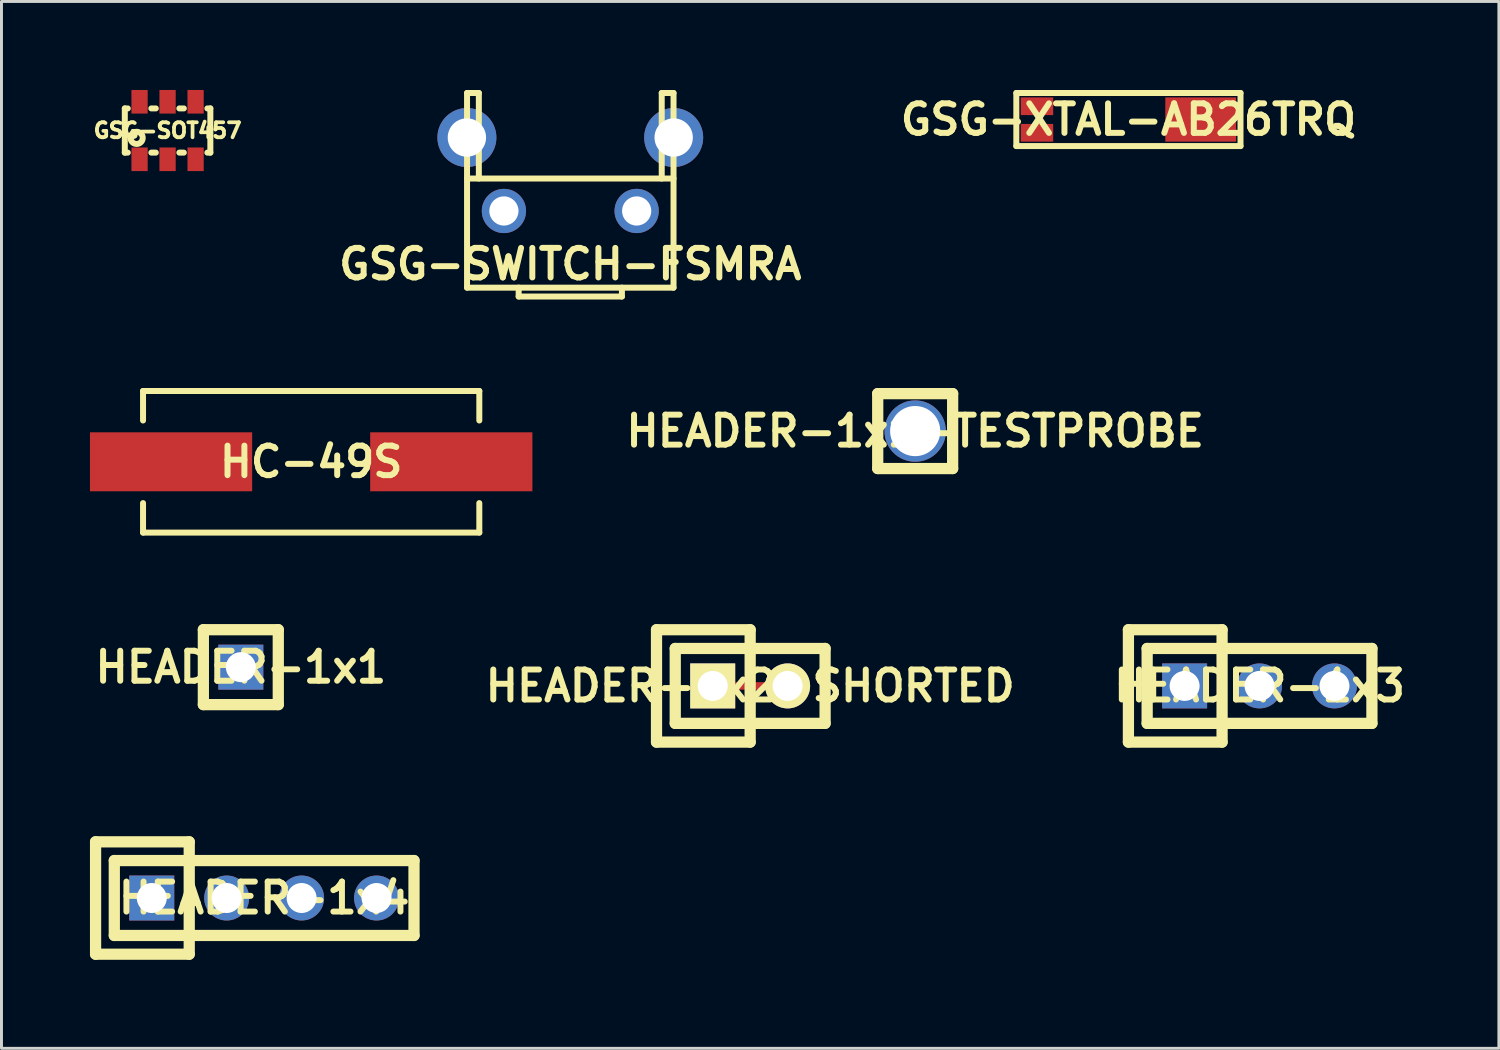
<source format=kicad_pcb>
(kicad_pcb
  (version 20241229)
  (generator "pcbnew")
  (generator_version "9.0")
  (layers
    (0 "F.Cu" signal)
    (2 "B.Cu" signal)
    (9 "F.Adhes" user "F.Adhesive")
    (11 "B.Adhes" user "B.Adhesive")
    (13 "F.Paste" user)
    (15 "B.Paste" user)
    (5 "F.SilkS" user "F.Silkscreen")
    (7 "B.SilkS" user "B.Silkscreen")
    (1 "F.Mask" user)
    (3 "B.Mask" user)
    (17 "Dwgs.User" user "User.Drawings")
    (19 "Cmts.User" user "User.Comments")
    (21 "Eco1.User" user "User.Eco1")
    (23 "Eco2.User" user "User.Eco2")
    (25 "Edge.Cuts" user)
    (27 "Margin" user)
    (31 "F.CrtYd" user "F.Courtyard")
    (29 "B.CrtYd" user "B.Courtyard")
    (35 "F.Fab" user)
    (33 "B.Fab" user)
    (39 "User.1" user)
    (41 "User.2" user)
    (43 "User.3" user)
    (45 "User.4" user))
  (footprint "HC-49S"
    (layer "F.Cu")
    (at 7.499 12.605)
    (property "Reference" "HC-49S" (at 0 0 0) (layer "F.SilkS") (effects (font (size 1.001 1.001) (thickness 0.203))))
    (attr through_hole)
    (fp_line (start -5.7 -2.4) (end -5.7 -1.4) (stroke (width 0.203) (type solid)) (layer "F.SilkS"))
    (fp_line (start -5.7 -2.4) (end 5.7 -2.4) (stroke (width 0.203) (type solid)) (layer "F.SilkS"))
    (fp_line (start -5.7 2.4) (end -5.7 1.4) (stroke (width 0.203) (type solid)) (layer "F.SilkS"))
    (fp_line (start -5.7 2.4) (end 5.7 2.4) (stroke (width 0.203) (type solid)) (layer "F.SilkS"))
    (fp_line (start 5.7 -2.4) (end 5.7 -1.4) (stroke (width 0.203) (type solid)) (layer "F.SilkS"))
    (fp_line (start 5.7 2.4) (end 5.7 1.4) (stroke (width 0.203) (type solid)) (layer "F.SilkS"))
    (pad "1" smd rect (at -4.75 0) (size 5.499 1.999) (layers "F.Cu" "F.Mask" "F.Paste"))
    (pad "2" smd rect (at 4.75 0) (size 5.499 1.999) (layers "F.Cu" "F.Mask" "F.Paste")))
  (footprint "HEADER-1x3"
    (layer "F.Cu")
    (at 39.649 20.203)
    (property "Reference" "HEADER-1x3" (at 0 0 0) (layer "F.SilkS") (effects (font (size 1.016 1.016) (thickness 0.203))))
    (attr through_hole)
    (fp_line (start -4.445 -1.905) (end -4.445 1.905) (stroke (width 0.381) (type solid)) (layer "F.SilkS"))
    (fp_line (start -4.445 1.905) (end -1.27 1.905) (stroke (width 0.381) (type solid)) (layer "F.SilkS"))
    (fp_line (start -3.81 -1.27) (end -3.81 1.27) (stroke (width 0.381) (type solid)) (layer "F.SilkS"))
    (fp_line (start -3.81 -1.27) (end 3.81 -1.27) (stroke (width 0.381) (type solid)) (layer "F.SilkS"))
    (fp_line (start -1.27 -1.905) (end -4.445 -1.905) (stroke (width 0.381) (type solid)) (layer "F.SilkS"))
    (fp_line (start -1.27 1.905) (end -1.27 -1.905) (stroke (width 0.381) (type solid)) (layer "F.SilkS"))
    (fp_line (start 3.81 -1.27) (end 3.81 1.27) (stroke (width 0.381) (type solid)) (layer "F.SilkS"))
    (fp_line (start 3.81 1.27) (end -3.81 1.27) (stroke (width 0.381) (type solid)) (layer "F.SilkS"))
    (pad "1" thru_hole rect (at -2.54 0) (size 1.524 1.524) (drill 1.016) (layers "*.Cu" "*.Mask"))
    (pad "2" thru_hole circle (at 0 0) (size 1.524 1.524) (drill 1.016) (layers "*.Cu" "*.Mask"))
    (pad "3" thru_hole circle (at 2.54 0) (size 1.524 1.524) (drill 1.016) (layers "*.Cu" "*.Mask")))
  (footprint "HEADER-1x2-SHORTED"
    (layer "F.Cu")
    (at 22.381 20.203)
    (property "Reference" "HEADER-1x2-SHORTED" (at 0 0 0) (layer "F.SilkS") (effects (font (size 1.016 1.016) (thickness 0.203))))
    (attr through_hole)
    (fp_poly (pts (xy 0.762 0.127) (xy -0.762 0.127) (xy -0.762 -0.127) (xy 0.762 -0.127)) (stroke (width 0) (type solid)) (fill yes) (layer "F.Cu"))
    (fp_line (start -3.175 -1.905) (end -3.175 1.905) (stroke (width 0.381) (type solid)) (layer "F.SilkS"))
    (fp_line (start -3.175 1.905) (end 0 1.905) (stroke (width 0.381) (type solid)) (layer "F.SilkS"))
    (fp_line (start -2.54 -1.27) (end -2.54 1.27) (stroke (width 0.381) (type solid)) (layer "F.SilkS"))
    (fp_line (start -2.54 -1.27) (end 2.54 -1.27) (stroke (width 0.381) (type solid)) (layer "F.SilkS"))
    (fp_line (start 0 -1.905) (end -3.175 -1.905) (stroke (width 0.381) (type solid)) (layer "F.SilkS"))
    (fp_line (start 0 1.905) (end 0 -1.905) (stroke (width 0.381) (type solid)) (layer "F.SilkS"))
    (fp_line (start 2.54 -1.27) (end 2.54 1.27) (stroke (width 0.381) (type solid)) (layer "F.SilkS"))
    (fp_line (start 2.54 1.27) (end -2.54 1.27) (stroke (width 0.381) (type solid)) (layer "F.SilkS"))
    (pad "1" thru_hole rect (at -1.27 0) (size 1.524 1.524) (drill 1.016) (layers "*.Cu" "*.Mask" "F.SilkS"))
    (pad "2" thru_hole circle (at 1.27 0) (size 1.524 1.524) (drill 1.016) (layers "*.Cu" "*.Mask" "F.SilkS")))
  (footprint "GSG-SWITCH-FSMRA"
    (layer "F.Cu")
    (at 16.283 4.102)
    (property "Reference" "GSG-SWITCH-FSMRA" (at 0 1.8 0) (layer "F.SilkS") (effects (font (size 1.001 1.001) (thickness 0.203))))
    (attr through_hole)
    (fp_line (start -3.5 -4) (end -3.1 -4) (stroke (width 0.203) (type solid)) (layer "F.SilkS"))
    (fp_line (start -3.5 -1.1) (end 3.5 -1.1) (stroke (width 0.203) (type solid)) (layer "F.SilkS"))
    (fp_line (start -3.5 2.6) (end -3.5 -4) (stroke (width 0.203) (type solid)) (layer "F.SilkS"))
    (fp_line (start -3.5 2.6) (end 3.5 2.6) (stroke (width 0.203) (type solid)) (layer "F.SilkS"))
    (fp_line (start -3.1 -4) (end -3.1 -1.1) (stroke (width 0.203) (type solid)) (layer "F.SilkS"))
    (fp_line (start -1.75 2.6) (end -1.75 2.9) (stroke (width 0.203) (type solid)) (layer "F.SilkS"))
    (fp_line (start -1.75 2.9) (end 1.75 2.9) (stroke (width 0.203) (type solid)) (layer "F.SilkS"))
    (fp_line (start 1.75 2.9) (end 1.75 2.6) (stroke (width 0.203) (type solid)) (layer "F.SilkS"))
    (fp_line (start 3.1 -4) (end 3.1 -1.1) (stroke (width 0.203) (type solid)) (layer "F.SilkS"))
    (fp_line (start 3.5 -4) (end 3.1 -4) (stroke (width 0.203) (type solid)) (layer "F.SilkS"))
    (fp_line (start 3.5 -4) (end 3.5 2.6) (stroke (width 0.203) (type solid)) (layer "F.SilkS"))
    (pad "0" thru_hole circle (at -3.505 -2.49) (size 2 2) (drill 1.3) (layers "*.Cu" "*.Mask"))
    (pad "0" thru_hole circle (at 3.505 -2.49) (size 2 2) (drill 1.3) (layers "*.Cu" "*.Mask"))
    (pad "1" thru_hole circle (at -2.25 0) (size 1.5 1.5) (drill 0.99) (layers "*.Cu" "*.Mask"))
    (pad "2" thru_hole circle (at 2.25 0) (size 1.5 1.5) (drill 0.99) (layers "*.Cu" "*.Mask")))
  (footprint "GSG-XTAL-AB26TRQ"
    (layer "F.Cu")
    (at 32.104 1.002)
    (property "Reference" "GSG-XTAL-AB26TRQ" (at 3.1 0 0) (layer "F.SilkS") (effects (font (size 1.001 1.001) (thickness 0.203))))
    (attr through_hole)
    (fp_line (start -0.7 -0.9) (end 6.9 -0.9) (stroke (width 0.203) (type solid)) (layer "F.SilkS"))
    (fp_line (start -0.7 0.9) (end -0.7 -0.9) (stroke (width 0.203) (type solid)) (layer "F.SilkS"))
    (fp_line (start 6.9 -0.9) (end 6.9 0.9) (stroke (width 0.203) (type solid)) (layer "F.SilkS"))
    (fp_line (start 6.9 0.9) (end -0.7 0.9) (stroke (width 0.203) (type solid)) (layer "F.SilkS"))
    (pad "0" smd rect (at 5.55 0) (size 2.4 1.5) (layers "F.Cu" "F.Mask" "F.Paste"))
    (pad "1" smd rect (at 0 -0.45) (size 1.1 0.6) (layers "F.Cu" "F.Mask" "F.Paste"))
    (pad "2" smd rect (at 0 0.45) (size 1.1 0.6) (layers "F.Cu" "F.Mask" "F.Paste")))
  (footprint "HEADER-1x1"
    (layer "F.Cu")
    (at 5.114 19.567)
    (property "Reference" "HEADER-1x1" (at 0 0 0) (layer "F.SilkS") (effects (font (size 1.016 1.016) (thickness 0.203))))
    (attr through_hole)
    (fp_line (start -1.27 -1.27) (end -1.27 1.27) (stroke (width 0.381) (type solid)) (layer "F.SilkS"))
    (fp_line (start -1.27 -1.27) (end 1.27 -1.27) (stroke (width 0.381) (type solid)) (layer "F.SilkS"))
    (fp_line (start 1.27 -1.27) (end 1.27 1.27) (stroke (width 0.381) (type solid)) (layer "F.SilkS"))
    (fp_line (start 1.27 1.27) (end -1.27 1.27) (stroke (width 0.381) (type solid)) (layer "F.SilkS"))
    (pad "1" thru_hole rect (at 0 0) (size 1.524 1.524) (drill 1.016) (layers "*.Cu" "*.Mask")))
  (footprint "HEADER-1x4"
    (layer "F.Cu")
    (at 5.905 27.393)
    (property "Reference" "HEADER-1x4" (at 0 0 0) (layer "F.SilkS") (effects (font (size 1.016 1.016) (thickness 0.203))))
    (attr through_hole)
    (fp_line (start -5.715 -1.905) (end -5.715 1.905) (stroke (width 0.381) (type solid)) (layer "F.SilkS"))
    (fp_line (start -5.715 1.905) (end -2.54 1.905) (stroke (width 0.381) (type solid)) (layer "F.SilkS"))
    (fp_line (start -5.08 -1.27) (end -5.08 1.27) (stroke (width 0.381) (type solid)) (layer "F.SilkS"))
    (fp_line (start -5.08 -1.27) (end 5.08 -1.27) (stroke (width 0.381) (type solid)) (layer "F.SilkS"))
    (fp_line (start -2.54 -1.905) (end -5.715 -1.905) (stroke (width 0.381) (type solid)) (layer "F.SilkS"))
    (fp_line (start -2.54 1.905) (end -2.54 -1.905) (stroke (width 0.381) (type solid)) (layer "F.SilkS"))
    (fp_line (start 5.08 -1.27) (end 5.08 1.27) (stroke (width 0.381) (type solid)) (layer "F.SilkS"))
    (fp_line (start 5.08 1.27) (end -5.08 1.27) (stroke (width 0.381) (type solid)) (layer "F.SilkS"))
    (pad "1" thru_hole rect (at -3.81 0) (size 1.524 1.524) (drill 1.016) (layers "*.Cu" "*.Mask"))
    (pad "2" thru_hole circle (at -1.27 0) (size 1.524 1.524) (drill 1.016) (layers "*.Cu" "*.Mask"))
    (pad "3" thru_hole circle (at 1.27 0) (size 1.524 1.524) (drill 1.016) (layers "*.Cu" "*.Mask"))
    (pad "4" thru_hole circle (at 3.81 0) (size 1.524 1.524) (drill 1.016) (layers "*.Cu" "*.Mask")))
  (footprint "GSG-SOT457"
    (layer "F.Cu")
    (at 2.631 1.375)
    (property "Reference" "GSG-SOT457" (at 0 0 0) (layer "F.SilkS") (effects (font (size 0.508 0.508) (thickness 0.127))))
    (attr through_hole)
    (fp_line (start -1.45 -0.749) (end -1.45 0.749) (stroke (width 0.203) (type solid)) (layer "F.SilkS"))
    (fp_line (start -1.45 -0.749) (end -1.349 -0.749) (stroke (width 0.203) (type solid)) (layer "F.SilkS"))
    (fp_line (start -1.45 0.749) (end -1.349 0.749) (stroke (width 0.203) (type solid)) (layer "F.SilkS"))
    (fp_line (start -0.551 -0.749) (end -0.399 -0.749) (stroke (width 0.203) (type solid)) (layer "F.SilkS"))
    (fp_line (start -0.399 0.749) (end -0.551 0.749) (stroke (width 0.203) (type solid)) (layer "F.SilkS"))
    (fp_line (start 0.399 -0.749) (end 0.551 -0.749) (stroke (width 0.203) (type solid)) (layer "F.SilkS"))
    (fp_line (start 0.551 0.749) (end 0.399 0.749) (stroke (width 0.203) (type solid)) (layer "F.SilkS"))
    (fp_line (start 1.45 -0.749) (end 1.349 -0.749) (stroke (width 0.203) (type solid)) (layer "F.SilkS"))
    (fp_line (start 1.45 -0.749) (end 1.45 0.749) (stroke (width 0.203) (type solid)) (layer "F.SilkS"))
    (fp_line (start 1.45 0.749) (end 1.349 0.749) (stroke (width 0.203) (type solid)) (layer "F.SilkS"))
    (fp_circle (center -1.049 0.249) (end -1.001 0.45) (stroke (width 0.203) (type solid)) (fill no) (layer "F.SilkS"))
    (pad "1" smd rect (at -0.95 0.975) (size 0.551 0.8) (layers "F.Cu" "F.Mask" "F.Paste"))
    (pad "2" smd rect (at 0 0.975) (size 0.551 0.8) (layers "F.Cu" "F.Mask" "F.Paste"))
    (pad "3" smd rect (at 0.95 0.975) (size 0.551 0.8) (layers "F.Cu" "F.Mask" "F.Paste"))
    (pad "4" smd rect (at 0.95 -0.975) (size 0.551 0.8) (layers "F.Cu" "F.Mask" "F.Paste"))
    (pad "5" smd rect (at 0 -0.975) (size 0.551 0.8) (layers "F.Cu" "F.Mask" "F.Paste"))
    (pad "6" smd rect (at -0.95 -0.975) (size 0.551 0.8) (layers "F.Cu" "F.Mask" "F.Paste")))
  (footprint "HEADER-1x1-TESTPROBE"
    (layer "F.Cu")
    (at 27.975 11.564)
    (property "Reference" "HEADER-1x1-TESTPROBE" (at 0 0 0) (layer "F.SilkS") (effects (font (size 1.016 1.016) (thickness 0.203))))
    (attr through_hole)
    (fp_line (start -1.27 -1.27) (end -1.27 1.27) (stroke (width 0.381) (type solid)) (layer "F.SilkS"))
    (fp_line (start -1.27 -1.27) (end 1.27 -1.27) (stroke (width 0.381) (type solid)) (layer "F.SilkS"))
    (fp_line (start 1.27 -1.27) (end 1.27 1.27) (stroke (width 0.381) (type solid)) (layer "F.SilkS"))
    (fp_line (start 1.27 1.27) (end -1.27 1.27) (stroke (width 0.381) (type solid)) (layer "F.SilkS"))
    (pad "1" thru_hole circle (at 0 0) (size 2.08 2.08) (drill 1.7) (layers "*.Cu" "*.Mask")))
  (gr_rect
    (start -3 -3)
    (end 47.763 32.489)
    (stroke (width 0.1) (type default))
    (fill no)
    (layer "Edge.Cuts")))
</source>
